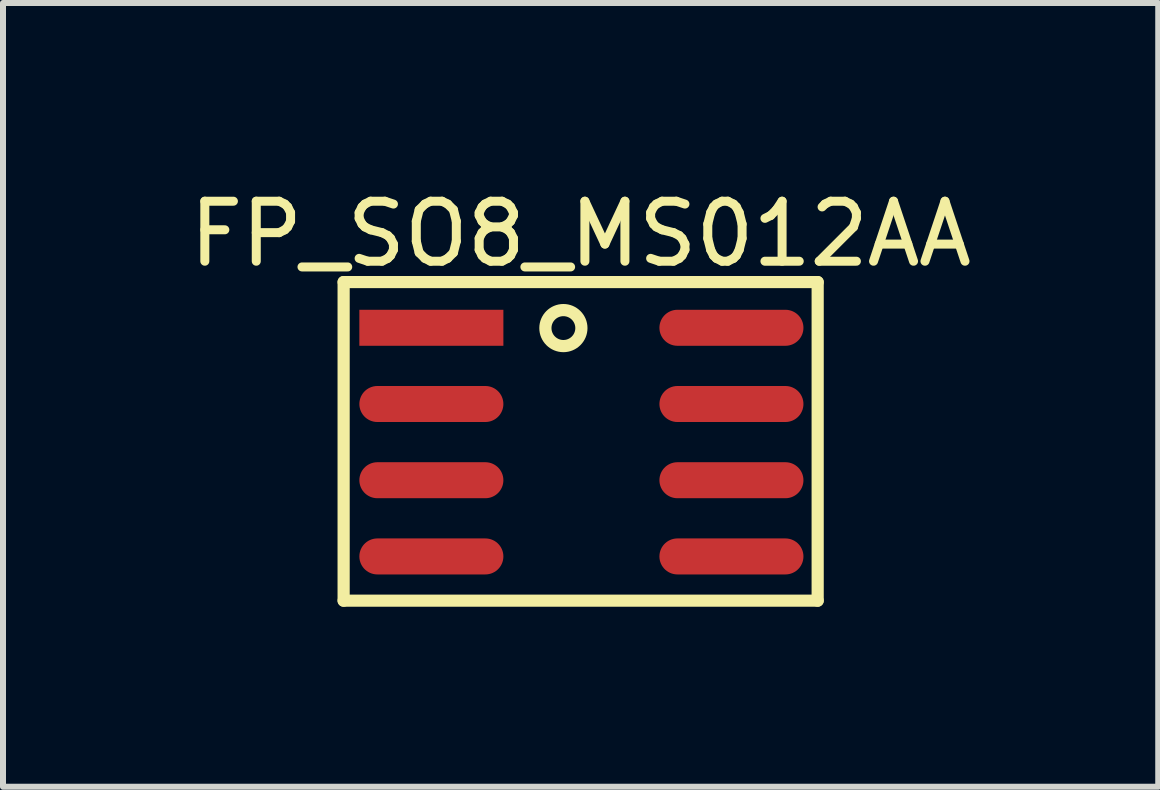
<source format=kicad_pcb>
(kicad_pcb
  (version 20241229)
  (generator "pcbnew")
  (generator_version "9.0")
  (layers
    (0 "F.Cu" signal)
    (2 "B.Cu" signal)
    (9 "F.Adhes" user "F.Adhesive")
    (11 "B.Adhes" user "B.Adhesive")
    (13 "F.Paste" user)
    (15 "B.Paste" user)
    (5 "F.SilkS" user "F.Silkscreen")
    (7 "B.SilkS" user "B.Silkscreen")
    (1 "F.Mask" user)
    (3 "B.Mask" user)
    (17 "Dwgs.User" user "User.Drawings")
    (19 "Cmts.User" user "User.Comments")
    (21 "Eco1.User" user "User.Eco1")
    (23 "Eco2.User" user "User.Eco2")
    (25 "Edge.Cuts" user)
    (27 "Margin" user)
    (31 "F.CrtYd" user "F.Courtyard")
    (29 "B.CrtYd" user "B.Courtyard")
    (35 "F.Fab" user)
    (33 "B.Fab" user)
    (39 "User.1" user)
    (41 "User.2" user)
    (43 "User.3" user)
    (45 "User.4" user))
  (footprint "FP_SO8_MS012AA"
    (layer "F.Cu")
    (at 6.638 4.317)
    (property "Reference" "FP_SO8_MS012AA" (at -0.013 -3.469 0) (layer "F.SilkS") (effects (font (size 1 1) (thickness 0.15))))
    (fp_line (start -3.962 -2.667) (end 3.937 -2.667) (stroke (width 0.203) (type solid)) (layer "F.SilkS"))
    (fp_line (start -3.962 2.642) (end -3.962 -2.667) (stroke (width 0.203) (type solid)) (layer "F.SilkS"))
    (fp_line (start -3.962 2.642) (end 3.937 2.642) (stroke (width 0.203) (type solid)) (layer "F.SilkS"))
    (fp_line (start 3.937 2.642) (end 3.937 -2.667) (stroke (width 0.203) (type solid)) (layer "F.SilkS"))
    (fp_circle (center -0.3 -1.9) (end -0.3 -2.2) (stroke (width 0.203) (type solid)) (fill no) (layer "F.SilkS"))
    (pad "1" smd rect (at -2.5 -1.905 90) (size 0.6 2.4) (layers "F.Cu" "F.Mask" "F.Paste"))
    (pad "2" smd oval (at -2.5 -0.635 90) (size 0.6 2.4) (layers "F.Cu" "F.Mask" "F.Paste"))
    (pad "3" smd oval (at -2.5 0.635 90) (size 0.6 2.4) (layers "F.Cu" "F.Mask" "F.Paste"))
    (pad "4" smd oval (at -2.5 1.905 90) (size 0.6 2.4) (layers "F.Cu" "F.Mask" "F.Paste"))
    (pad "5" smd oval (at 2.5 1.905 90) (size 0.6 2.4) (layers "F.Cu" "F.Mask" "F.Paste"))
    (pad "6" smd oval (at 2.5 0.635 90) (size 0.6 2.4) (layers "F.Cu" "F.Mask" "F.Paste"))
    (pad "7" smd oval (at 2.5 -0.635 90) (size 0.6 2.4) (layers "F.Cu" "F.Mask" "F.Paste"))
    (pad "8" smd oval (at 2.5 -1.905 90) (size 0.6 2.4) (layers "F.Cu" "F.Mask" "F.Paste")))
  (gr_rect
    (start -3 -3)
    (end 16.25 10.06)
    (stroke (width 0.1) (type default))
    (fill no)
    (layer "Edge.Cuts")))
</source>
